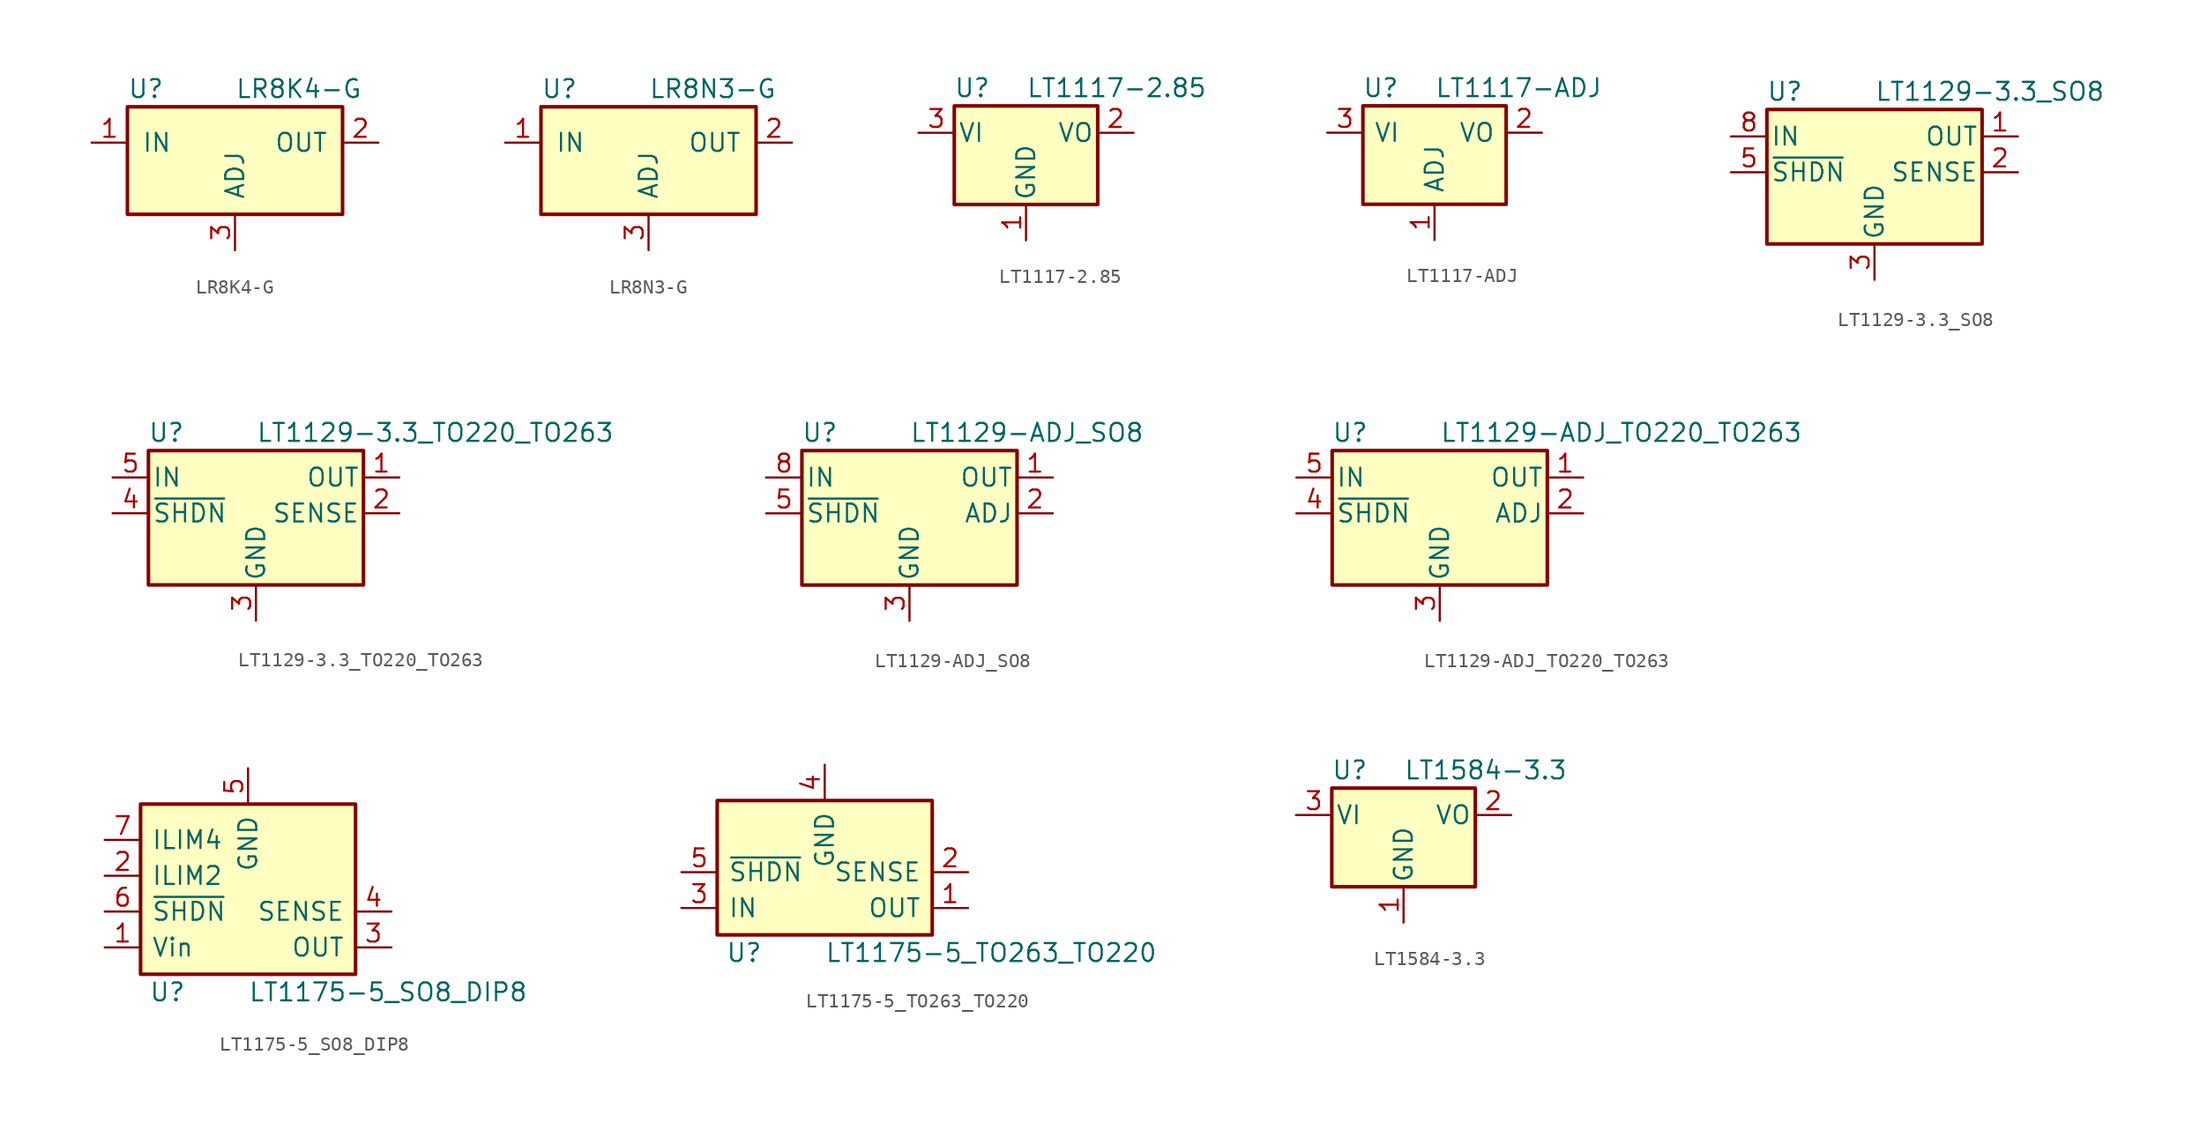
<source format=kicad_sym>
(kicad_symbol_lib
  (version 20241209)
  (generator "kicad_symbol_editor")
  (generator_version "9.0")
  (symbol "LR8K4-G"
    (pin_names
      (offset 1.016))
    (property "Reference" "U"
      (at -7.62 3.81 0)
      (effects (font (size 1.27 1.27)) (justify left)))
    (property "Value" "LR8K4-G"
      (at 0 3.81 0)
      (effects (font (size 1.27 1.27)) (justify left)))
    (symbol "LR8K4-G_0_1"
      (rectangle (start -7.62 2.54) (end 7.62 -5.08) (stroke (width 0.254) (type default)) (fill (type background))))
    (symbol "LR8K4-G_1_1"
      (pin input line (at -10.16 0 0) (length 2.54) (name "IN" (effects (font (size 1.27 1.27)))) (number "1" (effects (font (size 1.27 1.27)))))
      (pin input line (at 0 -7.62 90) (length 2.54) (name "ADJ" (effects (font (size 1.27 1.27)))) (number "3" (effects (font (size 1.27 1.27)))))
      (pin power_out line (at 10.16 0 180) (length 2.54) (name "OUT" (effects (font (size 1.27 1.27)))) (number "2" (effects (font (size 1.27 1.27)))))))
  (symbol "LR8N3-G"
    (pin_names
      (offset 1.016))
    (property "Reference" "U"
      (at -7.62 3.81 0)
      (effects (font (size 1.27 1.27)) (justify left)))
    (property "Value" "LR8N3-G"
      (at 0 3.81 0)
      (effects (font (size 1.27 1.27)) (justify left)))
    (symbol "LR8N3-G_0_1"
      (rectangle (start -7.62 2.54) (end 7.62 -5.08) (stroke (width 0.254) (type default)) (fill (type background))))
    (symbol "LR8N3-G_1_1"
      (pin input line (at -10.16 0 0) (length 2.54) (name "IN" (effects (font (size 1.27 1.27)))) (number "1" (effects (font (size 1.27 1.27)))))
      (pin input line (at 0 -7.62 90) (length 2.54) (name "ADJ" (effects (font (size 1.27 1.27)))) (number "3" (effects (font (size 1.27 1.27)))))
      (pin power_out line (at 10.16 0 180) (length 2.54) (name "OUT" (effects (font (size 1.27 1.27)))) (number "2" (effects (font (size 1.27 1.27)))))))
  (symbol "LT1117-2.85"
    (pin_names
      (offset 0.254))
    (property "Reference" "U"
      (at -3.81 3.175 0)
      (effects (font (size 1.27 1.27))))
    (property "Value" "LT1117-2.85"
      (at 0 3.175 0)
      (effects (font (size 1.27 1.27)) (justify left)))
    (symbol "LT1117-2.85_0_1"
      (rectangle (start -5.08 -5.08) (end 5.08 1.905) (stroke (width 0.254) (type default)) (fill (type background))))
    (symbol "LT1117-2.85_1_1"
      (pin power_in line (at -7.62 0 0) (length 2.54) (name "VI" (effects (font (size 1.27 1.27)))) (number "3" (effects (font (size 1.27 1.27)))))
      (pin power_in line (at 0 -7.62 90) (length 2.54) (name "GND" (effects (font (size 1.27 1.27)))) (number "1" (effects (font (size 1.27 1.27)))))
      (pin power_out line (at 7.62 0 180) (length 2.54) (name "VO" (effects (font (size 1.27 1.27)))) (number "2" (effects (font (size 1.27 1.27)))))))
  (symbol "LT1117-ADJ"
    (pin_names
      (offset 0.762))
    (property "Reference" "U"
      (at -3.81 3.175 0)
      (effects (font (size 1.27 1.27))))
    (property "Value" "LT1117-ADJ"
      (at 0 3.175 0)
      (effects (font (size 1.27 1.27)) (justify left)))
    (symbol "LT1117-ADJ_0_1"
      (rectangle (start -5.08 -5.08) (end 5.08 1.905) (stroke (width 0.254) (type default)) (fill (type background))))
    (symbol "LT1117-ADJ_1_1"
      (pin power_in line (at -7.62 0 0) (length 2.54) (name "VI" (effects (font (size 1.27 1.27)))) (number "3" (effects (font (size 1.27 1.27)))))
      (pin input line (at 0 -7.62 90) (length 2.54) (name "ADJ" (effects (font (size 1.27 1.27)))) (number "1" (effects (font (size 1.27 1.27)))))
      (pin power_out line (at 7.62 0 180) (length 2.54) (name "VO" (effects (font (size 1.27 1.27)))) (number "2" (effects (font (size 1.27 1.27)))))))
  (symbol "LT1129-3.3_SO8"
    (pin_names
      (offset 0.254))
    (property "Reference" "U"
      (at -6.35 5.715 0)
      (effects (font (size 1.27 1.27))))
    (property "Value" "LT1129-3.3_SO8"
      (at 0 5.715 0)
      (effects (font (size 1.27 1.27)) (justify left)))
    (symbol "LT1129-3.3_SO8_0_1"
      (rectangle (start -7.62 -5.08) (end 7.62 4.445) (stroke (width 0.254) (type default)) (fill (type background))))
    (symbol "LT1129-3.3_SO8_1_1"
      (pin power_in line (at -10.16 2.54 0) (length 2.54) (name "IN" (effects (font (size 1.27 1.27)))) (number "8" (effects (font (size 1.27 1.27)))))
      (pin input line (at -10.16 0 0) (length 2.54) (name "~{SHDN}" (effects (font (size 1.27 1.27)))) (number "5" (effects (font (size 1.27 1.27)))))
      (pin power_in line (at 0 -7.62 90) (length 2.54) (name "GND" (effects (font (size 1.27 1.27)))) (number "3" (effects (font (size 1.27 1.27)))))
      (pin passive line (at 0 -7.62 90) (length 2.54) (hide yes) (name "GND" (effects (font (size 1.27 1.27)))) (number "6" (effects (font (size 1.27 1.27)))))
      (pin passive line (at 0 -7.62 90) (length 2.54) (hide yes) (name "GND" (effects (font (size 1.27 1.27)))) (number "7" (effects (font (size 1.27 1.27)))))
      (pin no_connect line (at 7.62 -2.54 180) (length 2.54) (hide yes) (name "NC" (effects (font (size 1.27 1.27)))) (number "4" (effects (font (size 1.27 1.27)))))
      (pin power_out line (at 10.16 2.54 180) (length 2.54) (name "OUT" (effects (font (size 1.27 1.27)))) (number "1" (effects (font (size 1.27 1.27)))))
      (pin input line (at 10.16 0 180) (length 2.54) (name "SENSE" (effects (font (size 1.27 1.27)))) (number "2" (effects (font (size 1.27 1.27)))))))
  (symbol "LT1129-3.3_TO220_TO263"
    (pin_names
      (offset 0.254))
    (property "Reference" "U"
      (at -6.35 5.715 0)
      (effects (font (size 1.27 1.27))))
    (property "Value" "LT1129-3.3_TO220_TO263"
      (at 0 5.715 0)
      (effects (font (size 1.27 1.27)) (justify left)))
    (symbol "LT1129-3.3_TO220_TO263_0_1"
      (rectangle (start -7.62 -5.08) (end 7.62 4.445) (stroke (width 0.254) (type default)) (fill (type background))))
    (symbol "LT1129-3.3_TO220_TO263_1_1"
      (pin power_in line (at -10.16 2.54 0) (length 2.54) (name "IN" (effects (font (size 1.27 1.27)))) (number "5" (effects (font (size 1.27 1.27)))))
      (pin input line (at -10.16 0 0) (length 2.54) (name "~{SHDN}" (effects (font (size 1.27 1.27)))) (number "4" (effects (font (size 1.27 1.27)))))
      (pin power_in line (at 0 -7.62 90) (length 2.54) (name "GND" (effects (font (size 1.27 1.27)))) (number "3" (effects (font (size 1.27 1.27)))))
      (pin power_out line (at 10.16 2.54 180) (length 2.54) (name "OUT" (effects (font (size 1.27 1.27)))) (number "1" (effects (font (size 1.27 1.27)))))
      (pin input line (at 10.16 0 180) (length 2.54) (name "SENSE" (effects (font (size 1.27 1.27)))) (number "2" (effects (font (size 1.27 1.27)))))))
  (symbol "LT1129-ADJ_SO8"
    (pin_names
      (offset 0.254))
    (property "Reference" "U"
      (at -6.35 5.715 0)
      (effects (font (size 1.27 1.27))))
    (property "Value" "LT1129-ADJ_SO8"
      (at 0 5.715 0)
      (effects (font (size 1.27 1.27)) (justify left)))
    (symbol "LT1129-ADJ_SO8_0_1"
      (rectangle (start -7.62 -5.08) (end 7.62 4.445) (stroke (width 0.254) (type default)) (fill (type background))))
    (symbol "LT1129-ADJ_SO8_1_1"
      (pin power_in line (at -10.16 2.54 0) (length 2.54) (name "IN" (effects (font (size 1.27 1.27)))) (number "8" (effects (font (size 1.27 1.27)))))
      (pin input line (at -10.16 0 0) (length 2.54) (name "~{SHDN}" (effects (font (size 1.27 1.27)))) (number "5" (effects (font (size 1.27 1.27)))))
      (pin power_in line (at 0 -7.62 90) (length 2.54) (name "GND" (effects (font (size 1.27 1.27)))) (number "3" (effects (font (size 1.27 1.27)))))
      (pin passive line (at 0 -7.62 90) (length 2.54) (hide yes) (name "GND" (effects (font (size 1.27 1.27)))) (number "6" (effects (font (size 1.27 1.27)))))
      (pin passive line (at 0 -7.62 90) (length 2.54) (hide yes) (name "GND" (effects (font (size 1.27 1.27)))) (number "7" (effects (font (size 1.27 1.27)))))
      (pin no_connect line (at 7.62 -2.54 180) (length 2.54) (hide yes) (name "NC" (effects (font (size 1.27 1.27)))) (number "4" (effects (font (size 1.27 1.27)))))
      (pin power_out line (at 10.16 2.54 180) (length 2.54) (name "OUT" (effects (font (size 1.27 1.27)))) (number "1" (effects (font (size 1.27 1.27)))))
      (pin input line (at 10.16 0 180) (length 2.54) (name "ADJ" (effects (font (size 1.27 1.27)))) (number "2" (effects (font (size 1.27 1.27)))))))
  (symbol "LT1129-ADJ_TO220_TO263"
    (pin_names
      (offset 0.254))
    (property "Reference" "U"
      (at -6.35 5.715 0)
      (effects (font (size 1.27 1.27))))
    (property "Value" "LT1129-ADJ_TO220_TO263"
      (at 0 5.715 0)
      (effects (font (size 1.27 1.27)) (justify left)))
    (symbol "LT1129-ADJ_TO220_TO263_0_1"
      (rectangle (start -7.62 -5.08) (end 7.62 4.445) (stroke (width 0.254) (type default)) (fill (type background))))
    (symbol "LT1129-ADJ_TO220_TO263_1_1"
      (pin power_in line (at -10.16 2.54 0) (length 2.54) (name "IN" (effects (font (size 1.27 1.27)))) (number "5" (effects (font (size 1.27 1.27)))))
      (pin input line (at -10.16 0 0) (length 2.54) (name "~{SHDN}" (effects (font (size 1.27 1.27)))) (number "4" (effects (font (size 1.27 1.27)))))
      (pin power_in line (at 0 -7.62 90) (length 2.54) (name "GND" (effects (font (size 1.27 1.27)))) (number "3" (effects (font (size 1.27 1.27)))))
      (pin power_out line (at 10.16 2.54 180) (length 2.54) (name "OUT" (effects (font (size 1.27 1.27)))) (number "1" (effects (font (size 1.27 1.27)))))
      (pin input line (at 10.16 0 180) (length 2.54) (name "ADJ" (effects (font (size 1.27 1.27)))) (number "2" (effects (font (size 1.27 1.27)))))))
  (symbol "LT1175-5_SO8_DIP8"
    (pin_names
      (offset 0.762))
    (property "Reference" "U"
      (at -5.715 -8.255 0)
      (effects (font (size 1.27 1.27))))
    (property "Value" "LT1175-5_SO8_DIP8"
      (at 0 -8.255 0)
      (effects (font (size 1.27 1.27)) (justify left)))
    (symbol "LT1175-5_SO8_DIP8_0_1"
      (rectangle (start -7.62 -6.985) (end 7.62 5.08) (stroke (width 0.254) (type default)) (fill (type background))))
    (symbol "LT1175-5_SO8_DIP8_1_1"
      (pin input line (at -10.16 2.54 0) (length 2.54) (name "ILIM4" (effects (font (size 1.27 1.27)))) (number "7" (effects (font (size 1.27 1.27)))))
      (pin input line (at -10.16 0 0) (length 2.54) (name "ILIM2" (effects (font (size 1.27 1.27)))) (number "2" (effects (font (size 1.27 1.27)))))
      (pin input line (at -10.16 -2.54 0) (length 2.54) (name "~{SHDN}" (effects (font (size 1.27 1.27)))) (number "6" (effects (font (size 1.27 1.27)))))
      (pin power_in line (at -10.16 -5.08 0) (length 2.54) (name "Vin" (effects (font (size 1.27 1.27)))) (number "1" (effects (font (size 1.27 1.27)))))
      (pin passive line (at -10.16 -5.08 0) (length 2.54) (hide yes) (name "Vin" (effects (font (size 1.27 1.27)))) (number "8" (effects (font (size 1.27 1.27)))))
      (pin power_in line (at 0 7.62 270) (length 2.54) (name "GND" (effects (font (size 1.27 1.27)))) (number "5" (effects (font (size 1.27 1.27)))))
      (pin input line (at 10.16 -2.54 180) (length 2.54) (name "SENSE" (effects (font (size 1.27 1.27)))) (number "4" (effects (font (size 1.27 1.27)))))
      (pin power_out line (at 10.16 -5.08 180) (length 2.54) (name "OUT" (effects (font (size 1.27 1.27)))) (number "3" (effects (font (size 1.27 1.27)))))))
  (symbol "LT1175-5_TO263_TO220"
    (pin_names
      (offset 0.762))
    (property "Reference" "U"
      (at -5.715 -3.175 0)
      (effects (font (size 1.27 1.27))))
    (property "Value" "LT1175-5_TO263_TO220"
      (at 0 -3.175 0)
      (effects (font (size 1.27 1.27)) (justify left)))
    (symbol "LT1175-5_TO263_TO220_0_1"
      (rectangle (start -7.62 -1.905) (end 7.62 7.62) (stroke (width 0.254) (type default)) (fill (type background))))
    (symbol "LT1175-5_TO263_TO220_1_1"
      (pin input line (at -10.16 2.54 0) (length 2.54) (name "~{SHDN}" (effects (font (size 1.27 1.27)))) (number "5" (effects (font (size 1.27 1.27)))))
      (pin power_in line (at -10.16 0 0) (length 2.54) (name "IN" (effects (font (size 1.27 1.27)))) (number "3" (effects (font (size 1.27 1.27)))))
      (pin power_in line (at 0 10.16 270) (length 2.54) (name "GND" (effects (font (size 1.27 1.27)))) (number "4" (effects (font (size 1.27 1.27)))))
      (pin input line (at 10.16 2.54 180) (length 2.54) (name "SENSE" (effects (font (size 1.27 1.27)))) (number "2" (effects (font (size 1.27 1.27)))))
      (pin power_out line (at 10.16 0 180) (length 2.54) (name "OUT" (effects (font (size 1.27 1.27)))) (number "1" (effects (font (size 1.27 1.27)))))))
  (symbol "LT1584-3.3"
    (pin_names
      (offset 0.254))
    (property "Reference" "U"
      (at -3.81 3.175 0)
      (effects (font (size 1.27 1.27))))
    (property "Value" "LT1584-3.3"
      (at 0 3.175 0)
      (effects (font (size 1.27 1.27)) (justify left)))
    (symbol "LT1584-3.3_0_1"
      (rectangle (start -5.08 1.905) (end 5.08 -5.08) (stroke (width 0.254) (type default)) (fill (type background))))
    (symbol "LT1584-3.3_1_1"
      (pin power_in line (at -7.62 0 0) (length 2.54) (name "VI" (effects (font (size 1.27 1.27)))) (number "3" (effects (font (size 1.27 1.27)))))
      (pin power_in line (at 0 -7.62 90) (length 2.54) (name "GND" (effects (font (size 1.27 1.27)))) (number "1" (effects (font (size 1.27 1.27)))))
      (pin power_out line (at 7.62 0 180) (length 2.54) (name "VO" (effects (font (size 1.27 1.27)))) (number "2" (effects (font (size 1.27 1.27))))))))
</source>
